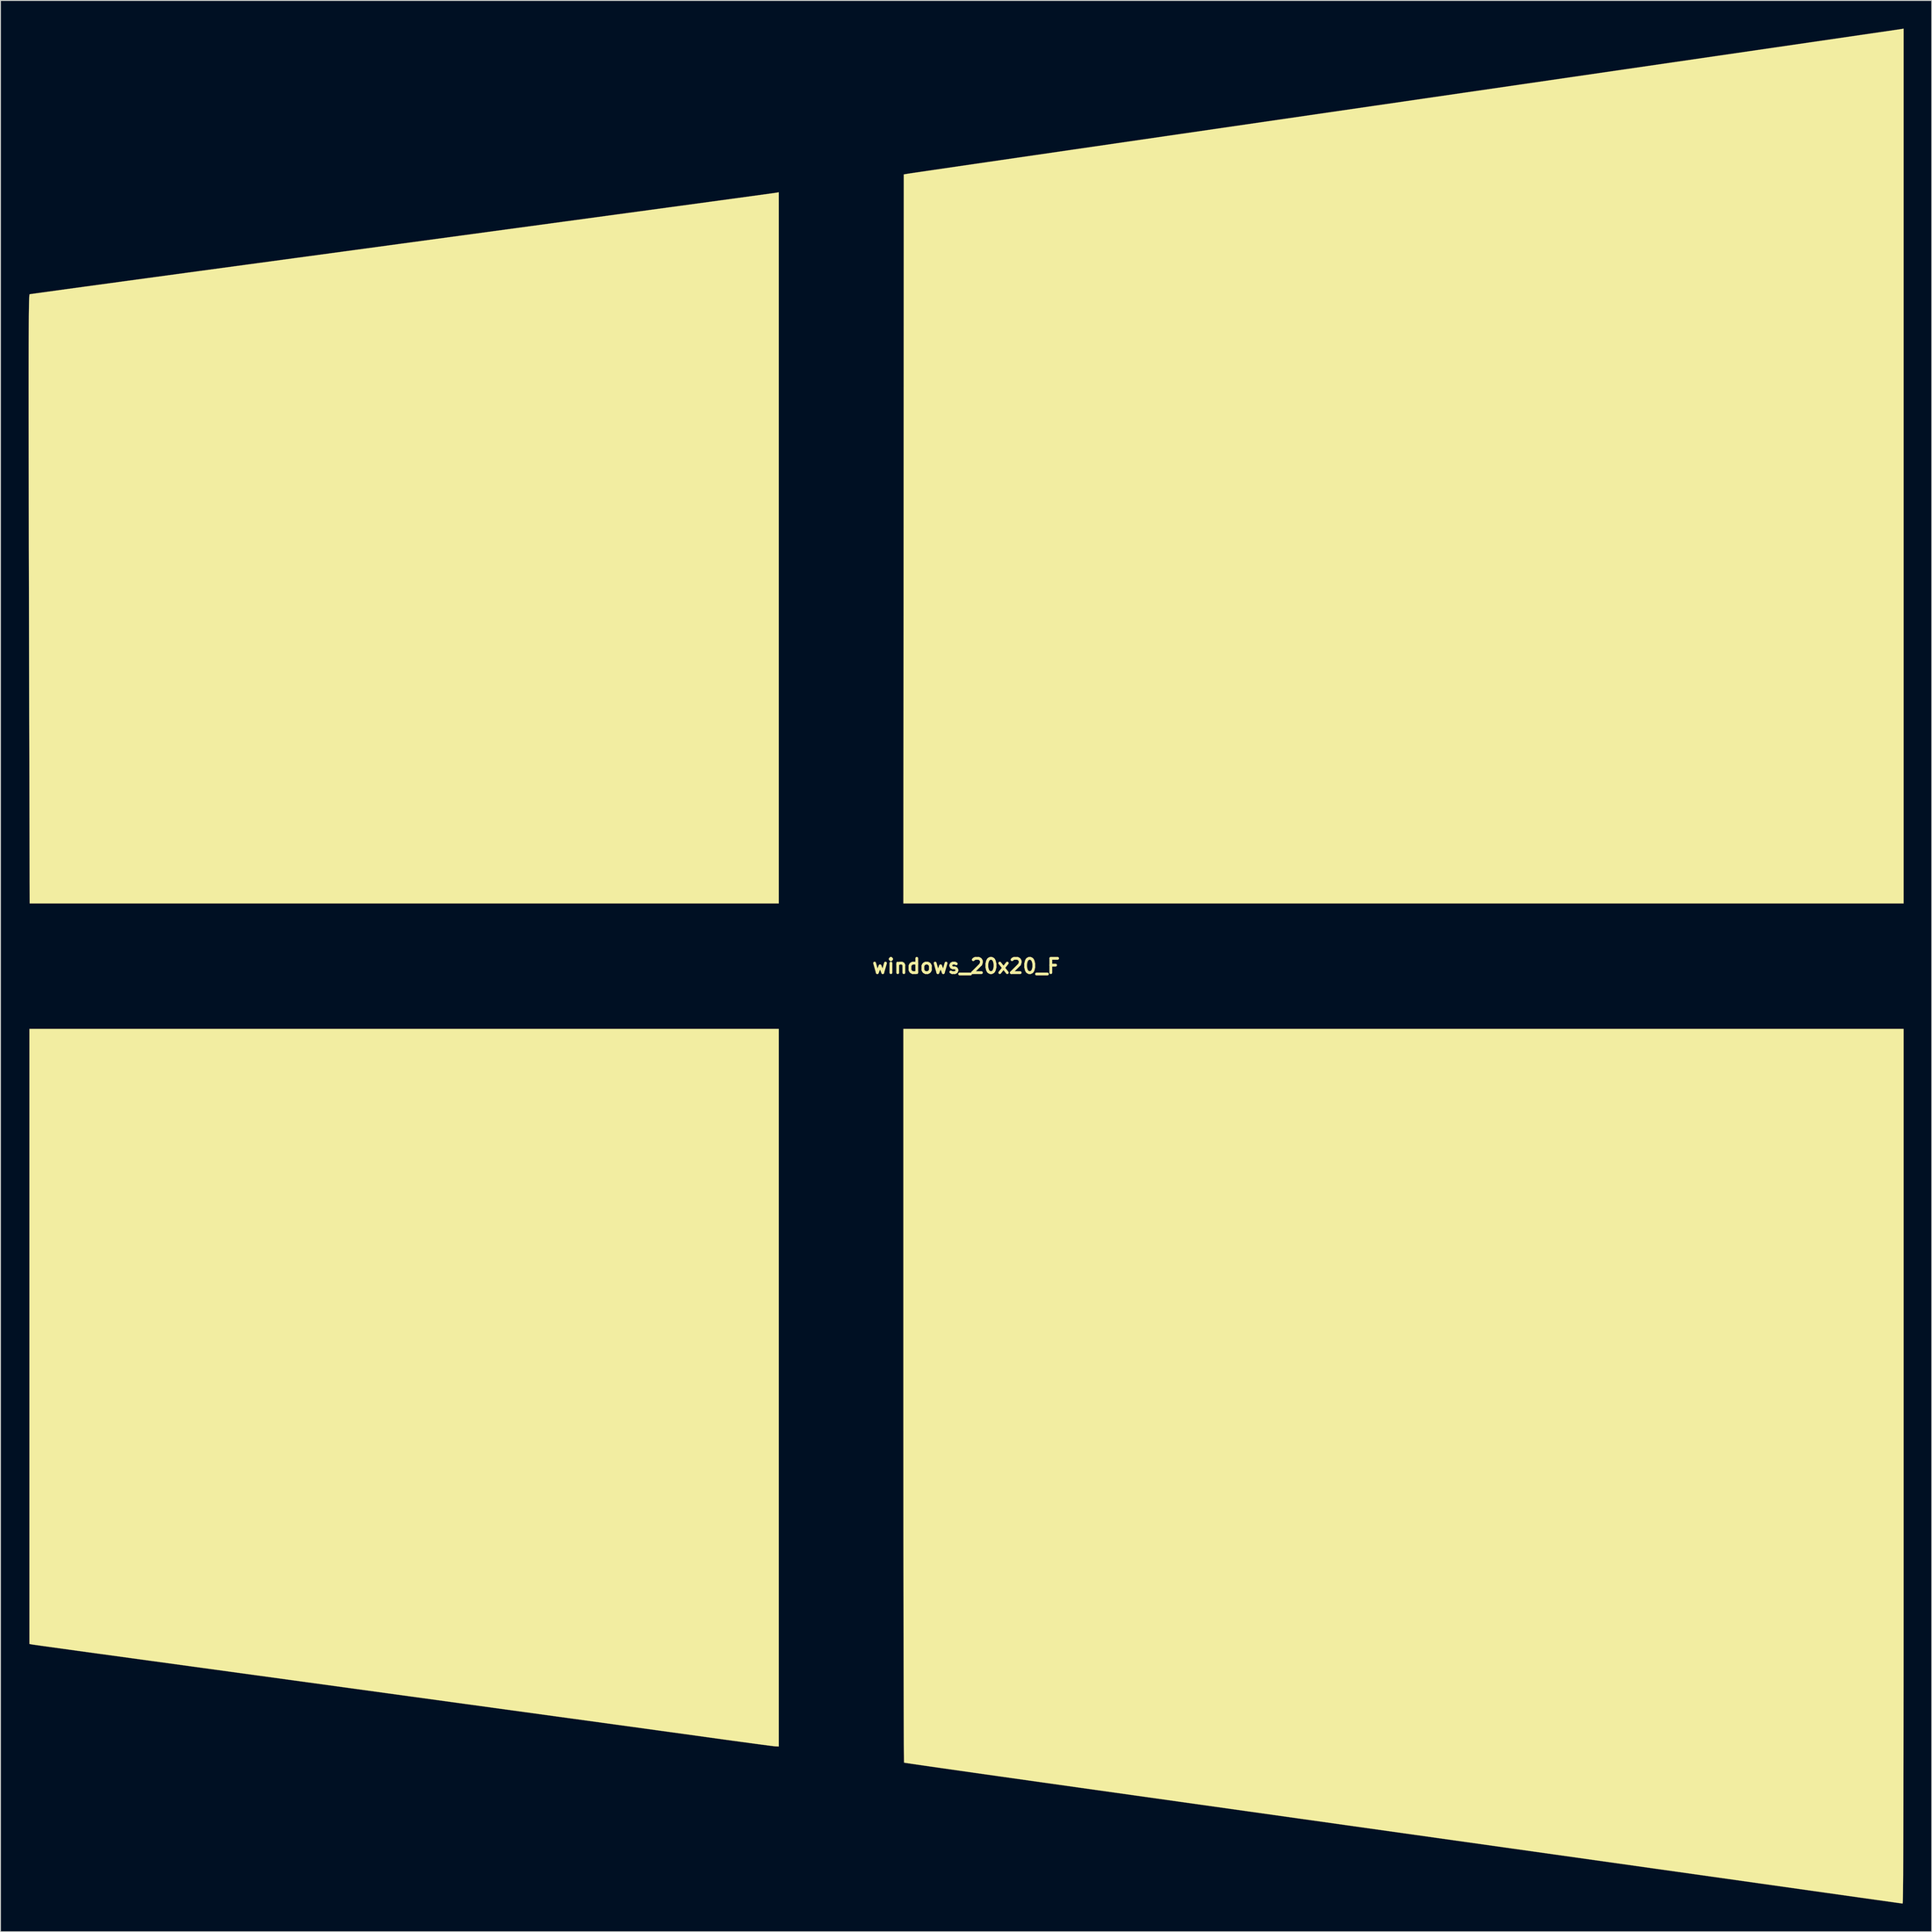
<source format=kicad_pcb>
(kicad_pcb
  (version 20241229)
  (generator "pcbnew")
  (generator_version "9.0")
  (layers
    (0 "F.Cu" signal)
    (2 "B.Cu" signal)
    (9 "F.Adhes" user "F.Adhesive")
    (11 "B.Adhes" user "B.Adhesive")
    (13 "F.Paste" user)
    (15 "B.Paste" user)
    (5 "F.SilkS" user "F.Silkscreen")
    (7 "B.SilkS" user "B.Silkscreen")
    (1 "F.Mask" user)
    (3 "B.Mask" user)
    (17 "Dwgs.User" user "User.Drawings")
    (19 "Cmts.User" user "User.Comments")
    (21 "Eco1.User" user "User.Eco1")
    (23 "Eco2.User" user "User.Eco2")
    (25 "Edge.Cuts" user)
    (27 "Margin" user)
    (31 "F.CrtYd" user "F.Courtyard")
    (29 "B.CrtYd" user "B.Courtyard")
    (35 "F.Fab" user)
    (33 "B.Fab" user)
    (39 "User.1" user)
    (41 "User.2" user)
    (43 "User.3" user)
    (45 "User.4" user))
  (footprint "windows_20x20_F"
    (layer "F.Cu")
    (at 99.996 100.004)
    (property "Reference" "windows_20x20_F" (at 0 0 0) (layer "F.SilkS") (effects (font (size 1.524 1.524) (thickness 0.3))))
    (attr through_hole)
    (fp_poly (pts (xy 99.991 -6.689) (xy -6.689 -6.689) (xy -6.668 -45.57) (xy -6.646 -84.451) (xy -6.265 -84.515) (xy -6.167 -84.53) (xy -5.968 -84.56) (xy -5.663 -84.605) (xy -5.25 -84.666) (xy -4.725 -84.743) (xy -4.086 -84.837) (xy -3.329 -84.948) (xy -2.45 -85.076) (xy -1.448 -85.223) (xy -0.318 -85.388) (xy 0.943 -85.571) (xy 2.338 -85.775) (xy 3.87 -85.998) (xy 5.542 -86.241) (xy 7.357 -86.506) (xy 9.32 -86.791) (xy 11.432 -87.099) (xy 13.697 -87.428) (xy 16.119 -87.78) (xy 18.7 -88.156) (xy 21.444 -88.555) (xy 22.945 -88.773) (xy 26.486 -89.288) (xy 29.99 -89.798) (xy 33.453 -90.301) (xy 36.871 -90.799) (xy 40.24 -91.289) (xy 43.556 -91.771) (xy 46.816 -92.245) (xy 50.015 -92.711) (xy 53.151 -93.167) (xy 56.218 -93.613) (xy 59.214 -94.049) (xy 62.135 -94.474) (xy 64.976 -94.888) (xy 67.734 -95.289) (xy 70.405 -95.678) (xy 72.985 -96.053) (xy 75.471 -96.415) (xy 77.858 -96.763) (xy 80.143 -97.095) (xy 82.323 -97.413) (xy 84.392 -97.714) (xy 86.348 -97.999) (xy 88.187 -98.267) (xy 89.904 -98.517) (xy 91.497 -98.749) (xy 92.96 -98.963) (xy 94.292 -99.157) (xy 95.486 -99.331) (xy 96.541 -99.485) (xy 97.451 -99.618) (xy 98.214 -99.729) (xy 98.825 -99.819) (xy 99.28 -99.886) (xy 99.576 -99.929) (xy 99.71 -99.949) (xy 99.716 -99.95) (xy 99.991 -99.999) (xy 99.991 -6.689)) (stroke (width 0.01) (type solid)) (fill yes) (layer "F.SilkS"))
    (fp_poly (pts (xy -19.981 83.227) (xy -20.299 83.218) (xy -20.434 83.205) (xy -20.723 83.171) (xy -21.151 83.117) (xy -21.703 83.045) (xy -22.367 82.957) (xy -23.126 82.855) (xy -23.968 82.741) (xy -24.878 82.617) (xy -25.841 82.484) (xy -26.585 82.381) (xy -27.606 82.24) (xy -28.769 82.079) (xy -30.048 81.902) (xy -31.417 81.713) (xy -32.851 81.516) (xy -34.323 81.313) (xy -35.807 81.108) (xy -37.279 80.906) (xy -38.712 80.709) (xy -40.079 80.521) (xy -40.682 80.439) (xy -42.072 80.248) (xy -43.584 80.041) (xy -45.185 79.821) (xy -46.845 79.594) (xy -48.531 79.362) (xy -50.212 79.132) (xy -51.858 78.906) (xy -53.435 78.69) (xy -54.913 78.487) (xy -56.26 78.302) (xy -56.473 78.273) (xy -59.172 77.903) (xy -61.712 77.555) (xy -64.1 77.227) (xy -66.344 76.919) (xy -68.451 76.63) (xy -70.429 76.359) (xy -72.287 76.104) (xy -74.032 75.865) (xy -75.672 75.64) (xy -77.214 75.429) (xy -78.668 75.23) (xy -80.04 75.042) (xy -81.338 74.864) (xy -82.57 74.695) (xy -83.744 74.534) (xy -84.868 74.38) (xy -85.949 74.232) (xy -86.997 74.089) (xy -88.017 73.949) (xy -89.019 73.812) (xy -90.009 73.676) (xy -90.997 73.541) (xy -91.398 73.486) (xy -92.55 73.329) (xy -93.657 73.177) (xy -94.708 73.032) (xy -95.691 72.897) (xy -96.593 72.772) (xy -97.403 72.66) (xy -98.109 72.562) (xy -98.699 72.48) (xy -99.161 72.414) (xy -99.482 72.368) (xy -99.653 72.343) (xy -99.674 72.339) (xy -99.907 72.292) (xy -99.907 6.689) (xy -19.981 6.689) (xy -19.981 83.227)) (stroke (width 0.01) (type solid)) (fill yes) (layer "F.SilkS"))
    (fp_poly (pts (xy -19.981 -6.689) (xy -99.879 -6.689) (xy -99.935 -30.247) (xy -99.943 -33.455) (xy -99.95 -36.498) (xy -99.956 -39.38) (xy -99.962 -42.105) (xy -99.968 -44.678) (xy -99.972 -47.102) (xy -99.977 -49.381) (xy -99.98 -51.521) (xy -99.984 -53.524) (xy -99.986 -55.396) (xy -99.988 -57.14) (xy -99.99 -58.761) (xy -99.99 -60.262) (xy -99.991 -61.648) (xy -99.99 -62.924) (xy -99.989 -64.092) (xy -99.988 -65.158) (xy -99.986 -66.125) (xy -99.983 -66.998) (xy -99.979 -67.781) (xy -99.975 -68.479) (xy -99.97 -69.094) (xy -99.965 -69.632) (xy -99.959 -70.096) (xy -99.952 -70.491) (xy -99.945 -70.821) (xy -99.937 -71.09) (xy -99.928 -71.302) (xy -99.919 -71.462) (xy -99.909 -71.573) (xy -99.898 -71.641) (xy -99.887 -71.668) (xy -99.885 -71.668) (xy -99.793 -71.683) (xy -99.54 -71.719) (xy -99.134 -71.776) (xy -98.582 -71.852) (xy -97.892 -71.947) (xy -97.07 -72.06) (xy -96.125 -72.19) (xy -95.063 -72.335) (xy -93.891 -72.495) (xy -92.618 -72.669) (xy -91.251 -72.855) (xy -89.796 -73.053) (xy -88.261 -73.262) (xy -86.653 -73.481) (xy -84.98 -73.708) (xy -83.25 -73.943) (xy -81.468 -74.185) (xy -79.756 -74.417) (xy -75.577 -74.983) (xy -71.563 -75.527) (xy -67.715 -76.048) (xy -64.029 -76.548) (xy -60.505 -77.026) (xy -57.141 -77.482) (xy -53.934 -77.916) (xy -50.885 -78.33) (xy -47.991 -78.722) (xy -45.25 -79.094) (xy -42.661 -79.445) (xy -40.223 -79.776) (xy -37.933 -80.087) (xy -35.79 -80.378) (xy -33.793 -80.649) (xy -31.94 -80.901) (xy -30.23 -81.133) (xy -28.66 -81.347) (xy -27.229 -81.541) (xy -25.936 -81.717) (xy -24.779 -81.875) (xy -23.756 -82.014) (xy -22.867 -82.136) (xy -22.108 -82.239) (xy -21.479 -82.326) (xy -20.979 -82.394) (xy -20.605 -82.446) (xy -20.355 -82.481) (xy -20.229 -82.499) (xy -20.214 -82.502) (xy -19.981 -82.546) (xy -19.981 -6.689)) (stroke (width 0.01) (type solid)) (fill yes) (layer "F.SilkS"))
    (fp_poly (pts (xy 99.991 53.34) (xy 99.991 56.813) (xy 99.991 60.12) (xy 99.991 63.264) (xy 99.99 66.25) (xy 99.99 69.081) (xy 99.989 71.761) (xy 99.988 74.293) (xy 99.987 76.68) (xy 99.985 78.927) (xy 99.984 81.036) (xy 99.982 83.012) (xy 99.98 84.858) (xy 99.977 86.577) (xy 99.975 88.174) (xy 99.972 89.651) (xy 99.969 91.013) (xy 99.966 92.262) (xy 99.963 93.403) (xy 99.959 94.438) (xy 99.955 95.373) (xy 99.95 96.209) (xy 99.946 96.951) (xy 99.941 97.603) (xy 99.935 98.167) (xy 99.93 98.648) (xy 99.924 99.049) (xy 99.918 99.373) (xy 99.911 99.624) (xy 99.904 99.807) (xy 99.897 99.923) (xy 99.889 99.977) (xy 99.885 99.983) (xy 99.791 99.97) (xy 99.538 99.935) (xy 99.136 99.879) (xy 98.594 99.803) (xy 97.922 99.708) (xy 97.128 99.597) (xy 96.223 99.469) (xy 95.215 99.327) (xy 94.114 99.172) (xy 92.929 99.004) (xy 91.669 98.827) (xy 90.344 98.639) (xy 88.963 98.444) (xy 87.535 98.242) (xy 87.291 98.208) (xy 86.048 98.032) (xy 84.65 97.835) (xy 83.11 97.617) (xy 81.442 97.382) (xy 79.659 97.13) (xy 77.773 96.864) (xy 75.799 96.586) (xy 73.748 96.297) (xy 71.635 95.999) (xy 69.472 95.694) (xy 67.272 95.384) (xy 65.049 95.071) (xy 62.815 94.756) (xy 60.583 94.442) (xy 58.368 94.13) (xy 56.181 93.822) (xy 54.036 93.52) (xy 52.493 93.303) (xy 50.286 92.993) (xy 47.972 92.667) (xy 45.569 92.329) (xy 43.093 91.981) (xy 40.562 91.625) (xy 37.993 91.263) (xy 35.402 90.899) (xy 32.807 90.534) (xy 30.224 90.17) (xy 27.671 89.811) (xy 25.164 89.458) (xy 22.721 89.115) (xy 20.358 88.782) (xy 18.093 88.464) (xy 15.942 88.161) (xy 13.923 87.877) (xy 12.052 87.614) (xy 11.817 87.581) (xy 10.074 87.335) (xy 8.375 87.096) (xy 6.728 86.863) (xy 5.14 86.639) (xy 3.619 86.424) (xy 2.174 86.219) (xy 0.81 86.026) (xy -0.463 85.845) (xy -1.639 85.677) (xy -2.709 85.524) (xy -3.667 85.387) (xy -4.504 85.267) (xy -5.213 85.164) (xy -5.786 85.081) (xy -6.216 85.017) (xy -6.495 84.975) (xy -6.615 84.955) (xy -6.619 84.954) (xy -6.623 84.867) (xy -6.628 84.616) (xy -6.632 84.207) (xy -6.637 83.644) (xy -6.641 82.933) (xy -6.645 82.079) (xy -6.649 81.087) (xy -6.653 79.963) (xy -6.657 78.712) (xy -6.66 77.339) (xy -6.663 75.849) (xy -6.667 74.249) (xy -6.67 72.542) (xy -6.673 70.735) (xy -6.675 68.832) (xy -6.678 66.839) (xy -6.68 64.762) (xy -6.682 62.604) (xy -6.684 60.373) (xy -6.685 58.072) (xy -6.686 55.708) (xy -6.687 53.286) (xy -6.688 50.81) (xy -6.689 48.287) (xy -6.689 45.8) (xy -6.689 6.689) (xy 99.991 6.689) (xy 99.991 53.34)) (stroke (width 0.01) (type solid)) (fill yes) (layer "F.SilkS")))
  (gr_rect
    (start -3 -3)
    (end 202.992 202.992)
    (stroke (width 0.1) (type default))
    (fill no)
    (layer "Edge.Cuts")))
</source>
